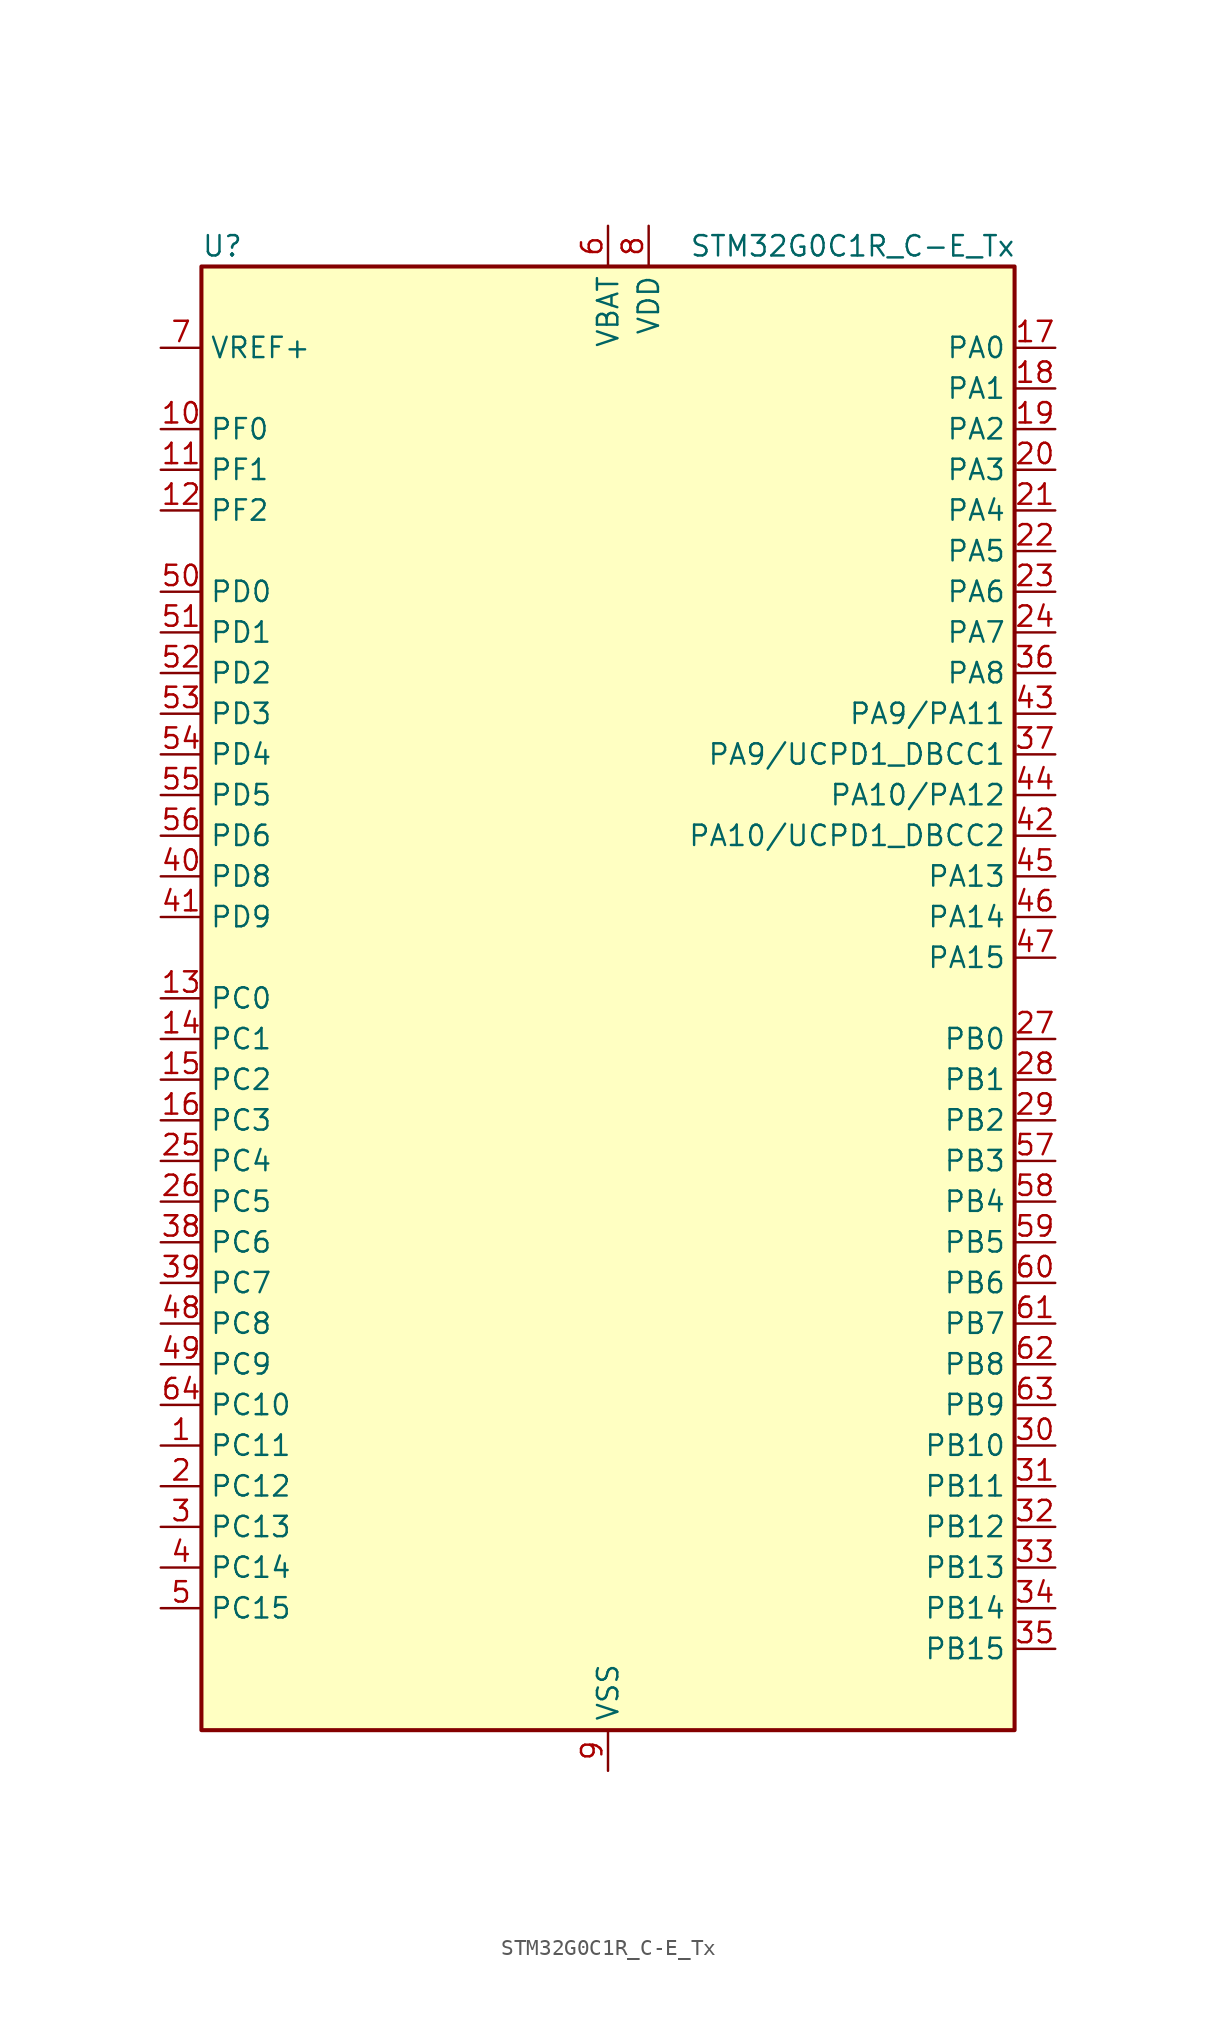
<source format=kicad_sym>
(kicad_symbol_lib
  (version 20231120)
  (generator "kicad-library-utils")
  (generator_version "8.0")
  (symbol "STM32G0C1R_C-E_Tx"
    (property "Reference" "U"
      (at -25.4 46.99 0)
      (effects (font (size 1.27 1.27)) (justify left)))
    (property "Value" "STM32G0C1R_C-E_Tx"
      (at 5.08 46.99 0)
      (effects (font (size 1.27 1.27)) (justify left)))
    (symbol "STM32G0C1R_C-E_Tx_0_1"
      (rectangle (start -25.4 -45.72) (end 25.4 45.72) (stroke (width 0.254) (type default)) (fill (type background))))
    (symbol "STM32G0C1R_C-E_Tx_1_1"
      (pin bidirectional line (at -27.94 -27.94 0) (length 2.54) (name "PC11" (effects (font (size 1.27 1.27)))) (number "1" (effects (font (size 1.27 1.27)))) (alternate "ADC1_EXTI11" bidirectional line) (alternate "SPI3_MISO" bidirectional line) (alternate "TIM1_CH4" bidirectional line) (alternate "USART3_RX" bidirectional line) (alternate "USART4_RX" bidirectional line))
      (pin bidirectional line (at -27.94 35.56 0) (length 2.54) (name "PF0" (effects (font (size 1.27 1.27)))) (number "10" (effects (font (size 1.27 1.27)))) (alternate "CRS1_SYNC" bidirectional line) (alternate "RCC_OSC_IN" bidirectional line) (alternate "TIM14_CH1" bidirectional line))
      (pin bidirectional line (at -27.94 33.02 0) (length 2.54) (name "PF1" (effects (font (size 1.27 1.27)))) (number "11" (effects (font (size 1.27 1.27)))) (alternate "RCC_OSC_EN" bidirectional line) (alternate "RCC_OSC_OUT" bidirectional line) (alternate "TIM15_CH1N" bidirectional line))
      (pin bidirectional line (at -27.94 30.48 0) (length 2.54) (name "PF2" (effects (font (size 1.27 1.27)))) (number "12" (effects (font (size 1.27 1.27)))) (alternate "LPUART2_DE" bidirectional line) (alternate "LPUART2_RTS" bidirectional line) (alternate "LPUART2_TX" bidirectional line) (alternate "RCC_MCO" bidirectional line))
      (pin bidirectional line (at -27.94 0 0) (length 2.54) (name "PC0" (effects (font (size 1.27 1.27)))) (number "13" (effects (font (size 1.27 1.27)))) (alternate "COMP3_INM" bidirectional line) (alternate "COMP3_OUT" bidirectional line) (alternate "I2C3_SCL" bidirectional line) (alternate "LPTIM1_IN1" bidirectional line) (alternate "LPTIM2_IN1" bidirectional line) (alternate "LPUART1_RX" bidirectional line) (alternate "LPUART2_TX" bidirectional line) (alternate "USART6_TX" bidirectional line))
      (pin bidirectional line (at -27.94 -2.54 0) (length 2.54) (name "PC1" (effects (font (size 1.27 1.27)))) (number "14" (effects (font (size 1.27 1.27)))) (alternate "COMP3_INP" bidirectional line) (alternate "I2C3_SDA" bidirectional line) (alternate "LPTIM1_OUT" bidirectional line) (alternate "LPUART1_TX" bidirectional line) (alternate "LPUART2_RX" bidirectional line) (alternate "TIM15_CH1" bidirectional line) (alternate "USART6_RX" bidirectional line))
      (pin bidirectional line (at -27.94 -5.08 0) (length 2.54) (name "PC2" (effects (font (size 1.27 1.27)))) (number "15" (effects (font (size 1.27 1.27)))) (alternate "COMP3_OUT" bidirectional line) (alternate "FDCAN2_RX" bidirectional line) (alternate "I2S2_MCK" bidirectional line) (alternate "LPTIM1_IN2" bidirectional line) (alternate "SPI2_MISO" bidirectional line) (alternate "TIM15_CH2" bidirectional line))
      (pin bidirectional line (at -27.94 -7.62 0) (length 2.54) (name "PC3" (effects (font (size 1.27 1.27)))) (number "16" (effects (font (size 1.27 1.27)))) (alternate "FDCAN2_TX" bidirectional line) (alternate "I2S2_SD" bidirectional line) (alternate "LPTIM1_ETR" bidirectional line) (alternate "LPTIM2_ETR" bidirectional line) (alternate "SPI2_MOSI" bidirectional line))
      (pin bidirectional line (at 27.94 40.64 180) (length 2.54) (name "PA0" (effects (font (size 1.27 1.27)))) (number "17" (effects (font (size 1.27 1.27)))) (alternate "ADC1_IN0" bidirectional line) (alternate "COMP1_INM" bidirectional line) (alternate "COMP1_OUT" bidirectional line) (alternate "I2S2_CK" bidirectional line) (alternate "LPTIM1_OUT" bidirectional line) (alternate "RTC_TAMP_IN2" bidirectional line) (alternate "SPI2_SCK" bidirectional line) (alternate "SYS_WKUP1" bidirectional line) (alternate "TIM2_CH1" bidirectional line) (alternate "TIM2_ETR" bidirectional line) (alternate "UCPD2_FRSTX1" bidirectional line) (alternate "UCPD2_FRSTX2" bidirectional line) (alternate "USART2_CTS" bidirectional line) (alternate "USART2_NSS" bidirectional line) (alternate "USART4_TX" bidirectional line))
      (pin bidirectional line (at 27.94 38.1 180) (length 2.54) (name "PA1" (effects (font (size 1.27 1.27)))) (number "18" (effects (font (size 1.27 1.27)))) (alternate "ADC1_IN1" bidirectional line) (alternate "COMP1_INP" bidirectional line) (alternate "I2C1_SMBA" bidirectional line) (alternate "I2S1_CK" bidirectional line) (alternate "SPI1_SCK" bidirectional line) (alternate "TIM15_CH1N" bidirectional line) (alternate "TIM2_CH2" bidirectional line) (alternate "USART2_CK" bidirectional line) (alternate "USART2_DE" bidirectional line) (alternate "USART2_RTS" bidirectional line) (alternate "USART4_RX" bidirectional line))
      (pin bidirectional line (at 27.94 35.56 180) (length 2.54) (name "PA2" (effects (font (size 1.27 1.27)))) (number "19" (effects (font (size 1.27 1.27)))) (alternate "ADC1_IN2" bidirectional line) (alternate "COMP2_INM" bidirectional line) (alternate "COMP2_OUT" bidirectional line) (alternate "I2S1_SD" bidirectional line) (alternate "LPUART1_TX" bidirectional line) (alternate "RCC_LSCO" bidirectional line) (alternate "SPI1_MOSI" bidirectional line) (alternate "SYS_WKUP4" bidirectional line) (alternate "TIM15_CH1" bidirectional line) (alternate "TIM2_CH3" bidirectional line) (alternate "UCPD1_FRSTX1" bidirectional line) (alternate "UCPD1_FRSTX2" bidirectional line) (alternate "USART2_TX" bidirectional line))
      (pin bidirectional line (at -27.94 -30.48 0) (length 2.54) (name "PC12" (effects (font (size 1.27 1.27)))) (number "2" (effects (font (size 1.27 1.27)))) (alternate "LPTIM1_IN1" bidirectional line) (alternate "SPI3_MOSI" bidirectional line) (alternate "TIM14_CH1" bidirectional line) (alternate "UCPD1_FRSTX1" bidirectional line) (alternate "UCPD1_FRSTX2" bidirectional line) (alternate "USART5_TX" bidirectional line))
      (pin bidirectional line (at 27.94 33.02 180) (length 2.54) (name "PA3" (effects (font (size 1.27 1.27)))) (number "20" (effects (font (size 1.27 1.27)))) (alternate "ADC1_IN3" bidirectional line) (alternate "COMP2_INP" bidirectional line) (alternate "I2S2_MCK" bidirectional line) (alternate "LPUART1_RX" bidirectional line) (alternate "SPI2_MISO" bidirectional line) (alternate "TIM15_CH2" bidirectional line) (alternate "TIM2_CH4" bidirectional line) (alternate "UCPD2_FRSTX1" bidirectional line) (alternate "UCPD2_FRSTX2" bidirectional line) (alternate "USART2_RX" bidirectional line))
      (pin bidirectional line (at 27.94 30.48 180) (length 2.54) (name "PA4" (effects (font (size 1.27 1.27)))) (number "21" (effects (font (size 1.27 1.27)))) (alternate "ADC1_IN4" bidirectional line) (alternate "DAC1_OUT1" bidirectional line) (alternate "I2S1_WS" bidirectional line) (alternate "I2S2_SD" bidirectional line) (alternate "LPTIM2_OUT" bidirectional line) (alternate "RTC_OUT2" bidirectional line) (alternate "SPI1_NSS" bidirectional line) (alternate "SPI2_MOSI" bidirectional line) (alternate "SPI3_NSS" bidirectional line) (alternate "TIM14_CH1" bidirectional line) (alternate "UCPD2_FRSTX1" bidirectional line) (alternate "UCPD2_FRSTX2" bidirectional line) (alternate "USART6_TX" bidirectional line) (alternate "USB_NOE" bidirectional line))
      (pin bidirectional line (at 27.94 27.94 180) (length 2.54) (name "PA5" (effects (font (size 1.27 1.27)))) (number "22" (effects (font (size 1.27 1.27)))) (alternate "ADC1_IN5" bidirectional line) (alternate "CEC" bidirectional line) (alternate "DAC1_OUT2" bidirectional line) (alternate "I2S1_CK" bidirectional line) (alternate "LPTIM2_ETR" bidirectional line) (alternate "SPI1_SCK" bidirectional line) (alternate "TIM2_CH1" bidirectional line) (alternate "TIM2_ETR" bidirectional line) (alternate "UCPD1_FRSTX1" bidirectional line) (alternate "UCPD1_FRSTX2" bidirectional line) (alternate "USART3_TX" bidirectional line) (alternate "USART6_RX" bidirectional line))
      (pin bidirectional line (at 27.94 25.4 180) (length 2.54) (name "PA6" (effects (font (size 1.27 1.27)))) (number "23" (effects (font (size 1.27 1.27)))) (alternate "ADC1_IN6" bidirectional line) (alternate "COMP1_OUT" bidirectional line) (alternate "I2C2_SDA" bidirectional line) (alternate "I2C3_SDA" bidirectional line) (alternate "I2S1_MCK" bidirectional line) (alternate "LPUART1_CTS" bidirectional line) (alternate "SPI1_MISO" bidirectional line) (alternate "TIM16_CH1" bidirectional line) (alternate "TIM1_BK" bidirectional line) (alternate "TIM3_CH1" bidirectional line) (alternate "USART3_CTS" bidirectional line) (alternate "USART3_NSS" bidirectional line) (alternate "USART6_CTS" bidirectional line) (alternate "USART6_NSS" bidirectional line))
      (pin bidirectional line (at 27.94 22.86 180) (length 2.54) (name "PA7" (effects (font (size 1.27 1.27)))) (number "24" (effects (font (size 1.27 1.27)))) (alternate "ADC1_IN7" bidirectional line) (alternate "COMP2_OUT" bidirectional line) (alternate "I2C2_SCL" bidirectional line) (alternate "I2C3_SCL" bidirectional line) (alternate "I2S1_SD" bidirectional line) (alternate "SPI1_MOSI" bidirectional line) (alternate "TIM14_CH1" bidirectional line) (alternate "TIM17_CH1" bidirectional line) (alternate "TIM1_CH1N" bidirectional line) (alternate "TIM3_CH2" bidirectional line) (alternate "UCPD1_FRSTX1" bidirectional line) (alternate "UCPD1_FRSTX2" bidirectional line) (alternate "USART6_CK" bidirectional line) (alternate "USART6_DE" bidirectional line) (alternate "USART6_RTS" bidirectional line))
      (pin bidirectional line (at -27.94 -10.16 0) (length 2.54) (name "PC4" (effects (font (size 1.27 1.27)))) (number "25" (effects (font (size 1.27 1.27)))) (alternate "ADC1_IN17" bidirectional line) (alternate "COMP1_INM" bidirectional line) (alternate "FDCAN1_RX" bidirectional line) (alternate "TIM2_CH1" bidirectional line) (alternate "TIM2_ETR" bidirectional line) (alternate "USART1_TX" bidirectional line) (alternate "USART3_TX" bidirectional line))
      (pin bidirectional line (at -27.94 -12.7 0) (length 2.54) (name "PC5" (effects (font (size 1.27 1.27)))) (number "26" (effects (font (size 1.27 1.27)))) (alternate "ADC1_IN18" bidirectional line) (alternate "COMP1_INP" bidirectional line) (alternate "FDCAN1_TX" bidirectional line) (alternate "SYS_WKUP5" bidirectional line) (alternate "TIM2_CH2" bidirectional line) (alternate "USART1_RX" bidirectional line) (alternate "USART3_RX" bidirectional line))
      (pin bidirectional line (at 27.94 -2.54 180) (length 2.54) (name "PB0" (effects (font (size 1.27 1.27)))) (number "27" (effects (font (size 1.27 1.27)))) (alternate "ADC1_IN8" bidirectional line) (alternate "COMP1_OUT" bidirectional line) (alternate "COMP3_INP" bidirectional line) (alternate "FDCAN2_RX" bidirectional line) (alternate "I2S1_WS" bidirectional line) (alternate "LPTIM1_OUT" bidirectional line) (alternate "LPUART2_CTS" bidirectional line) (alternate "SPI1_NSS" bidirectional line) (alternate "TIM1_CH2N" bidirectional line) (alternate "TIM3_CH3" bidirectional line) (alternate "UCPD1_FRSTX1" bidirectional line) (alternate "UCPD1_FRSTX2" bidirectional line) (alternate "USART3_RX" bidirectional line) (alternate "USART5_TX" bidirectional line))
      (pin bidirectional line (at 27.94 -5.08 180) (length 2.54) (name "PB1" (effects (font (size 1.27 1.27)))) (number "28" (effects (font (size 1.27 1.27)))) (alternate "ADC1_IN9" bidirectional line) (alternate "COMP1_INM" bidirectional line) (alternate "COMP3_OUT" bidirectional line) (alternate "FDCAN2_TX" bidirectional line) (alternate "LPTIM2_IN1" bidirectional line) (alternate "LPUART1_DE" bidirectional line) (alternate "LPUART1_RTS" bidirectional line) (alternate "LPUART2_DE" bidirectional line) (alternate "LPUART2_RTS" bidirectional line) (alternate "TIM14_CH1" bidirectional line) (alternate "TIM1_CH3N" bidirectional line) (alternate "TIM3_CH4" bidirectional line) (alternate "USART3_CK" bidirectional line) (alternate "USART3_DE" bidirectional line) (alternate "USART3_RTS" bidirectional line) (alternate "USART5_RX" bidirectional line))
      (pin bidirectional line (at 27.94 -7.62 180) (length 2.54) (name "PB2" (effects (font (size 1.27 1.27)))) (number "29" (effects (font (size 1.27 1.27)))) (alternate "ADC1_IN10" bidirectional line) (alternate "COMP1_INP" bidirectional line) (alternate "COMP3_INM" bidirectional line) (alternate "I2S2_MCK" bidirectional line) (alternate "LPTIM1_OUT" bidirectional line) (alternate "RCC_MCO_2" bidirectional line) (alternate "SPI2_MISO" bidirectional line) (alternate "USART3_TX" bidirectional line))
      (pin bidirectional line (at -27.94 -33.02 0) (length 2.54) (name "PC13" (effects (font (size 1.27 1.27)))) (number "3" (effects (font (size 1.27 1.27)))) (alternate "RTC_OUT1" bidirectional line) (alternate "RTC_TAMP_IN1" bidirectional line) (alternate "RTC_TS" bidirectional line) (alternate "SYS_WKUP2" bidirectional line) (alternate "TIM1_BK" bidirectional line))
      (pin bidirectional line (at 27.94 -27.94 180) (length 2.54) (name "PB10" (effects (font (size 1.27 1.27)))) (number "30" (effects (font (size 1.27 1.27)))) (alternate "ADC1_IN11" bidirectional line) (alternate "CEC" bidirectional line) (alternate "COMP1_OUT" bidirectional line) (alternate "I2C2_SCL" bidirectional line) (alternate "I2S2_CK" bidirectional line) (alternate "LPUART1_RX" bidirectional line) (alternate "SPI2_SCK" bidirectional line) (alternate "TIM2_CH3" bidirectional line) (alternate "USART3_TX" bidirectional line))
      (pin bidirectional line (at 27.94 -30.48 180) (length 2.54) (name "PB11" (effects (font (size 1.27 1.27)))) (number "31" (effects (font (size 1.27 1.27)))) (alternate "ADC1_EXTI11" bidirectional line) (alternate "ADC1_IN15" bidirectional line) (alternate "COMP2_OUT" bidirectional line) (alternate "I2C2_SDA" bidirectional line) (alternate "I2S2_SD" bidirectional line) (alternate "LPUART1_TX" bidirectional line) (alternate "SPI2_MOSI" bidirectional line) (alternate "TIM2_CH4" bidirectional line) (alternate "USART3_RX" bidirectional line))
      (pin bidirectional line (at 27.94 -33.02 180) (length 2.54) (name "PB12" (effects (font (size 1.27 1.27)))) (number "32" (effects (font (size 1.27 1.27)))) (alternate "ADC1_IN16" bidirectional line) (alternate "FDCAN2_RX" bidirectional line) (alternate "I2C2_SMBA" bidirectional line) (alternate "I2S2_WS" bidirectional line) (alternate "LPUART1_DE" bidirectional line) (alternate "LPUART1_RTS" bidirectional line) (alternate "SPI2_NSS" bidirectional line) (alternate "TIM15_BK" bidirectional line) (alternate "TIM1_BK" bidirectional line) (alternate "UCPD2_FRSTX1" bidirectional line) (alternate "UCPD2_FRSTX2" bidirectional line))
      (pin bidirectional line (at 27.94 -35.56 180) (length 2.54) (name "PB13" (effects (font (size 1.27 1.27)))) (number "33" (effects (font (size 1.27 1.27)))) (alternate "FDCAN2_TX" bidirectional line) (alternate "I2C2_SCL" bidirectional line) (alternate "I2S2_CK" bidirectional line) (alternate "LPUART1_CTS" bidirectional line) (alternate "SPI2_SCK" bidirectional line) (alternate "TIM15_CH1N" bidirectional line) (alternate "TIM1_CH1N" bidirectional line) (alternate "USART3_CTS" bidirectional line) (alternate "USART3_NSS" bidirectional line))
      (pin bidirectional line (at 27.94 -38.1 180) (length 2.54) (name "PB14" (effects (font (size 1.27 1.27)))) (number "34" (effects (font (size 1.27 1.27)))) (alternate "I2C2_SDA" bidirectional line) (alternate "I2S2_MCK" bidirectional line) (alternate "SPI2_MISO" bidirectional line) (alternate "TIM15_CH1" bidirectional line) (alternate "TIM1_CH2N" bidirectional line) (alternate "UCPD1_FRSTX1" bidirectional line) (alternate "UCPD1_FRSTX2" bidirectional line) (alternate "USART3_CK" bidirectional line) (alternate "USART3_DE" bidirectional line) (alternate "USART3_RTS" bidirectional line) (alternate "USART6_CK" bidirectional line) (alternate "USART6_DE" bidirectional line) (alternate "USART6_RTS" bidirectional line))
      (pin bidirectional line (at 27.94 -40.64 180) (length 2.54) (name "PB15" (effects (font (size 1.27 1.27)))) (number "35" (effects (font (size 1.27 1.27)))) (alternate "I2S2_SD" bidirectional line) (alternate "RTC_REFIN" bidirectional line) (alternate "SPI2_MOSI" bidirectional line) (alternate "TIM15_CH1N" bidirectional line) (alternate "TIM15_CH2" bidirectional line) (alternate "TIM1_CH3N" bidirectional line) (alternate "UCPD1_CC2" bidirectional line) (alternate "USART6_CTS" bidirectional line) (alternate "USART6_NSS" bidirectional line))
      (pin bidirectional line (at 27.94 20.32 180) (length 2.54) (name "PA8" (effects (font (size 1.27 1.27)))) (number "36" (effects (font (size 1.27 1.27)))) (alternate "CRS1_SYNC" bidirectional line) (alternate "I2C2_SMBA" bidirectional line) (alternate "I2S2_WS" bidirectional line) (alternate "LPTIM2_OUT" bidirectional line) (alternate "RCC_MCO" bidirectional line) (alternate "SPI2_NSS" bidirectional line) (alternate "TIM1_CH1" bidirectional line) (alternate "UCPD1_CC1" bidirectional line))
      (pin bidirectional line (at 27.94 15.24 180) (length 2.54) (name "PA9/UCPD1_DBCC1" (effects (font (size 1.27 1.27)))) (number "37" (effects (font (size 1.27 1.27)))) (alternate "PA9" bidirectional line) (alternate "DAC1_EXTI9 (PA9)" bidirectional line) (alternate "I2C1_SCL (PA9)" bidirectional line) (alternate "I2C2_SCL (PA9)" bidirectional line) (alternate "I2S2_MCK (PA9)" bidirectional line) (alternate "RCC_MCO (PA9)" bidirectional line) (alternate "SPI2_MISO (PA9)" bidirectional line) (alternate "TIM15_BK (PA9)" bidirectional line) (alternate "TIM1_CH2 (PA9)" bidirectional line) (alternate "UCPD1_DBCC1 (PA9)" bidirectional line) (alternate "USART1_TX (PA9)" bidirectional line) (alternate "UCPD1_DBCC1" bidirectional line) (alternate "UCPD1_DBCC1 (UCPD1_DBCC1)" bidirectional line))
      (pin bidirectional line (at -27.94 -15.24 0) (length 2.54) (name "PC6" (effects (font (size 1.27 1.27)))) (number "38" (effects (font (size 1.27 1.27)))) (alternate "LPUART2_TX" bidirectional line) (alternate "TIM2_CH3" bidirectional line) (alternate "TIM3_CH1" bidirectional line) (alternate "UCPD1_FRSTX1" bidirectional line) (alternate "UCPD1_FRSTX2" bidirectional line))
      (pin bidirectional line (at -27.94 -17.78 0) (length 2.54) (name "PC7" (effects (font (size 1.27 1.27)))) (number "39" (effects (font (size 1.27 1.27)))) (alternate "LPUART2_RX" bidirectional line) (alternate "TIM2_CH4" bidirectional line) (alternate "TIM3_CH2" bidirectional line) (alternate "UCPD2_FRSTX1" bidirectional line) (alternate "UCPD2_FRSTX2" bidirectional line))
      (pin bidirectional line (at -27.94 -35.56 0) (length 2.54) (name "PC14" (effects (font (size 1.27 1.27)))) (number "4" (effects (font (size 1.27 1.27)))) (alternate "RCC_OSC32_IN" bidirectional line) (alternate "TIM1_BK2" bidirectional line))
      (pin bidirectional line (at -27.94 7.62 0) (length 2.54) (name "PD8" (effects (font (size 1.27 1.27)))) (number "40" (effects (font (size 1.27 1.27)))) (alternate "I2S1_CK" bidirectional line) (alternate "LPTIM1_OUT" bidirectional line) (alternate "SPI1_SCK" bidirectional line) (alternate "USART3_TX" bidirectional line))
      (pin bidirectional line (at -27.94 5.08 0) (length 2.54) (name "PD9" (effects (font (size 1.27 1.27)))) (number "41" (effects (font (size 1.27 1.27)))) (alternate "DAC1_EXTI9" bidirectional line) (alternate "I2S1_WS" bidirectional line) (alternate "SPI1_NSS" bidirectional line) (alternate "TIM1_BK2" bidirectional line) (alternate "USART3_RX" bidirectional line))
      (pin bidirectional line (at 27.94 10.16 180) (length 2.54) (name "PA10/UCPD1_DBCC2" (effects (font (size 1.27 1.27)))) (number "42" (effects (font (size 1.27 1.27)))) (alternate "PA10" bidirectional line) (alternate "I2C1_SDA (PA10)" bidirectional line) (alternate "I2C2_SDA (PA10)" bidirectional line) (alternate "I2S2_SD (PA10)" bidirectional line) (alternate "RCC_MCO_2 (PA10)" bidirectional line) (alternate "SPI2_MOSI (PA10)" bidirectional line) (alternate "TIM17_BK (PA10)" bidirectional line) (alternate "TIM1_CH3 (PA10)" bidirectional line) (alternate "UCPD1_DBCC2 (PA10)" bidirectional line) (alternate "USART1_RX (PA10)" bidirectional line) (alternate "UCPD1_DBCC2" bidirectional line) (alternate "UCPD1_DBCC2 (UCPD1_DBCC2)" bidirectional line))
      (pin bidirectional line (at 27.94 17.78 180) (length 2.54) (name "PA9/PA11" (effects (font (size 1.27 1.27)))) (number "43" (effects (font (size 1.27 1.27)))) (alternate "PA9" bidirectional line) (alternate "DAC1_EXTI9 (PA9)" bidirectional line) (alternate "I2C1_SCL (PA9)" bidirectional line) (alternate "I2C2_SCL (PA9)" bidirectional line) (alternate "I2S2_MCK (PA9)" bidirectional line) (alternate "RCC_MCO (PA9)" bidirectional line) (alternate "SPI2_MISO (PA9)" bidirectional line) (alternate "TIM15_BK (PA9)" bidirectional line) (alternate "TIM1_CH2 (PA9)" bidirectional line) (alternate "UCPD1_DBCC1 (PA9)" bidirectional line) (alternate "USART1_TX (PA9)" bidirectional line) (alternate "PA11" bidirectional line) (alternate "ADC1_EXTI11 (PA11)" bidirectional line) (alternate "COMP1_OUT (PA11)" bidirectional line) (alternate "FDCAN1_RX (PA11)" bidirectional line) (alternate "I2C2_SCL (PA11)" bidirectional line) (alternate "I2S1_MCK (PA11)" bidirectional line) (alternate "SPI1_MISO (PA11)" bidirectional line) (alternate "TIM1_BK2 (PA11)" bidirectional line) (alternate "TIM1_CH4 (PA11)" bidirectional line) (alternate "USART1_CTS (PA11)" bidirectional line) (alternate "USART1_NSS (PA11)" bidirectional line) (alternate "USB_DM (PA11)" bidirectional line))
      (pin bidirectional line (at 27.94 12.7 180) (length 2.54) (name "PA10/PA12" (effects (font (size 1.27 1.27)))) (number "44" (effects (font (size 1.27 1.27)))) (alternate "PA10" bidirectional line) (alternate "I2C1_SDA (PA10)" bidirectional line) (alternate "I2C2_SDA (PA10)" bidirectional line) (alternate "I2S2_SD (PA10)" bidirectional line) (alternate "RCC_MCO_2 (PA10)" bidirectional line) (alternate "SPI2_MOSI (PA10)" bidirectional line) (alternate "TIM17_BK (PA10)" bidirectional line) (alternate "TIM1_CH3 (PA10)" bidirectional line) (alternate "UCPD1_DBCC2 (PA10)" bidirectional line) (alternate "USART1_RX (PA10)" bidirectional line) (alternate "PA12" bidirectional line) (alternate "COMP2_OUT (PA12)" bidirectional line) (alternate "FDCAN1_TX (PA12)" bidirectional line) (alternate "I2C2_SDA (PA12)" bidirectional line) (alternate "I2S1_SD (PA12)" bidirectional line) (alternate "I2S_CKIN (PA12)" bidirectional line) (alternate "SPI1_MOSI (PA12)" bidirectional line) (alternate "TIM1_ETR (PA12)" bidirectional line) (alternate "USART1_CK (PA12)" bidirectional line) (alternate "USART1_DE (PA12)" bidirectional line) (alternate "USART1_RTS (PA12)" bidirectional line) (alternate "USB_DP (PA12)" bidirectional line))
      (pin bidirectional line (at 27.94 7.62 180) (length 2.54) (name "PA13" (effects (font (size 1.27 1.27)))) (number "45" (effects (font (size 1.27 1.27)))) (alternate "IR_OUT" bidirectional line) (alternate "LPUART2_RX" bidirectional line) (alternate "SYS_SWDIO" bidirectional line) (alternate "USB_NOE" bidirectional line))
      (pin bidirectional line (at 27.94 5.08 180) (length 2.54) (name "PA14" (effects (font (size 1.27 1.27)))) (number "46" (effects (font (size 1.27 1.27)))) (alternate "LPUART2_TX" bidirectional line) (alternate "SYS_SWCLK" bidirectional line) (alternate "USART2_TX" bidirectional line))
      (pin bidirectional line (at 27.94 2.54 180) (length 2.54) (name "PA15" (effects (font (size 1.27 1.27)))) (number "47" (effects (font (size 1.27 1.27)))) (alternate "I2C2_SMBA" bidirectional line) (alternate "I2S1_WS" bidirectional line) (alternate "RCC_MCO_2" bidirectional line) (alternate "SPI1_NSS" bidirectional line) (alternate "SPI3_NSS" bidirectional line) (alternate "TIM2_CH1" bidirectional line) (alternate "TIM2_ETR" bidirectional line) (alternate "USART2_RX" bidirectional line) (alternate "USART3_CK" bidirectional line) (alternate "USART3_DE" bidirectional line) (alternate "USART3_RTS" bidirectional line) (alternate "USART4_CK" bidirectional line) (alternate "USART4_DE" bidirectional line) (alternate "USART4_RTS" bidirectional line) (alternate "USB_NOE" bidirectional line))
      (pin bidirectional line (at -27.94 -20.32 0) (length 2.54) (name "PC8" (effects (font (size 1.27 1.27)))) (number "48" (effects (font (size 1.27 1.27)))) (alternate "LPUART2_CTS" bidirectional line) (alternate "TIM1_CH1" bidirectional line) (alternate "TIM3_CH3" bidirectional line) (alternate "UCPD2_FRSTX1" bidirectional line) (alternate "UCPD2_FRSTX2" bidirectional line))
      (pin bidirectional line (at -27.94 -22.86 0) (length 2.54) (name "PC9" (effects (font (size 1.27 1.27)))) (number "49" (effects (font (size 1.27 1.27)))) (alternate "DAC1_EXTI9" bidirectional line) (alternate "I2S_CKIN" bidirectional line) (alternate "LPUART2_DE" bidirectional line) (alternate "LPUART2_RTS" bidirectional line) (alternate "TIM1_CH2" bidirectional line) (alternate "TIM3_CH4" bidirectional line) (alternate "USB_NOE" bidirectional line))
      (pin bidirectional line (at -27.94 -38.1 0) (length 2.54) (name "PC15" (effects (font (size 1.27 1.27)))) (number "5" (effects (font (size 1.27 1.27)))) (alternate "RCC_OSC32_EN" bidirectional line) (alternate "RCC_OSC32_OUT" bidirectional line) (alternate "RCC_OSC_EN" bidirectional line) (alternate "TIM15_BK" bidirectional line))
      (pin bidirectional line (at -27.94 25.4 0) (length 2.54) (name "PD0" (effects (font (size 1.27 1.27)))) (number "50" (effects (font (size 1.27 1.27)))) (alternate "FDCAN1_RX" bidirectional line) (alternate "I2S2_WS" bidirectional line) (alternate "SPI2_NSS" bidirectional line) (alternate "TIM16_CH1" bidirectional line) (alternate "UCPD2_CC1" bidirectional line))
      (pin bidirectional line (at -27.94 22.86 0) (length 2.54) (name "PD1" (effects (font (size 1.27 1.27)))) (number "51" (effects (font (size 1.27 1.27)))) (alternate "FDCAN1_TX" bidirectional line) (alternate "I2S2_CK" bidirectional line) (alternate "SPI2_SCK" bidirectional line) (alternate "TIM17_CH1" bidirectional line) (alternate "UCPD2_DBCC1" bidirectional line))
      (pin bidirectional line (at -27.94 20.32 0) (length 2.54) (name "PD2" (effects (font (size 1.27 1.27)))) (number "52" (effects (font (size 1.27 1.27)))) (alternate "TIM1_CH1N" bidirectional line) (alternate "TIM3_ETR" bidirectional line) (alternate "UCPD2_CC2" bidirectional line) (alternate "USART3_CK" bidirectional line) (alternate "USART3_DE" bidirectional line) (alternate "USART3_RTS" bidirectional line) (alternate "USART5_RX" bidirectional line))
      (pin bidirectional line (at -27.94 17.78 0) (length 2.54) (name "PD3" (effects (font (size 1.27 1.27)))) (number "53" (effects (font (size 1.27 1.27)))) (alternate "I2S2_MCK" bidirectional line) (alternate "SPI2_MISO" bidirectional line) (alternate "TIM1_CH2N" bidirectional line) (alternate "UCPD2_DBCC2" bidirectional line) (alternate "USART2_CTS" bidirectional line) (alternate "USART2_NSS" bidirectional line) (alternate "USART5_TX" bidirectional line))
      (pin bidirectional line (at -27.94 15.24 0) (length 2.54) (name "PD4" (effects (font (size 1.27 1.27)))) (number "54" (effects (font (size 1.27 1.27)))) (alternate "I2S2_SD" bidirectional line) (alternate "SPI2_MOSI" bidirectional line) (alternate "TIM1_CH3N" bidirectional line) (alternate "USART2_CK" bidirectional line) (alternate "USART2_DE" bidirectional line) (alternate "USART2_RTS" bidirectional line) (alternate "USART5_CK" bidirectional line) (alternate "USART5_DE" bidirectional line) (alternate "USART5_RTS" bidirectional line))
      (pin bidirectional line (at -27.94 12.7 0) (length 2.54) (name "PD5" (effects (font (size 1.27 1.27)))) (number "55" (effects (font (size 1.27 1.27)))) (alternate "I2S1_MCK" bidirectional line) (alternate "SPI1_MISO" bidirectional line) (alternate "TIM1_BK" bidirectional line) (alternate "USART2_TX" bidirectional line) (alternate "USART5_CTS" bidirectional line) (alternate "USART5_NSS" bidirectional line))
      (pin bidirectional line (at -27.94 10.16 0) (length 2.54) (name "PD6" (effects (font (size 1.27 1.27)))) (number "56" (effects (font (size 1.27 1.27)))) (alternate "I2S1_SD" bidirectional line) (alternate "LPTIM2_OUT" bidirectional line) (alternate "SPI1_MOSI" bidirectional line) (alternate "USART2_RX" bidirectional line))
      (pin bidirectional line (at 27.94 -10.16 180) (length 2.54) (name "PB3" (effects (font (size 1.27 1.27)))) (number "57" (effects (font (size 1.27 1.27)))) (alternate "COMP2_INM" bidirectional line) (alternate "I2C2_SCL" bidirectional line) (alternate "I2C3_SCL" bidirectional line) (alternate "I2S1_CK" bidirectional line) (alternate "SPI1_SCK" bidirectional line) (alternate "SPI3_SCK" bidirectional line) (alternate "TIM1_CH2" bidirectional line) (alternate "TIM2_CH2" bidirectional line) (alternate "USART1_CK" bidirectional line) (alternate "USART1_DE" bidirectional line) (alternate "USART1_RTS" bidirectional line) (alternate "USART5_TX" bidirectional line))
      (pin bidirectional line (at 27.94 -12.7 180) (length 2.54) (name "PB4" (effects (font (size 1.27 1.27)))) (number "58" (effects (font (size 1.27 1.27)))) (alternate "COMP2_INP" bidirectional line) (alternate "I2C2_SDA" bidirectional line) (alternate "I2C3_SDA" bidirectional line) (alternate "I2S1_MCK" bidirectional line) (alternate "SPI1_MISO" bidirectional line) (alternate "SPI3_MISO" bidirectional line) (alternate "TIM17_BK" bidirectional line) (alternate "TIM3_CH1" bidirectional line) (alternate "USART1_CTS" bidirectional line) (alternate "USART1_NSS" bidirectional line) (alternate "USART5_RX" bidirectional line))
      (pin bidirectional line (at 27.94 -15.24 180) (length 2.54) (name "PB5" (effects (font (size 1.27 1.27)))) (number "59" (effects (font (size 1.27 1.27)))) (alternate "COMP2_OUT" bidirectional line) (alternate "FDCAN2_RX" bidirectional line) (alternate "I2C1_SMBA" bidirectional line) (alternate "I2S1_SD" bidirectional line) (alternate "LPTIM1_IN1" bidirectional line) (alternate "SPI1_MOSI" bidirectional line) (alternate "SPI3_MOSI" bidirectional line) (alternate "SYS_WKUP6" bidirectional line) (alternate "TIM16_BK" bidirectional line) (alternate "TIM3_CH2" bidirectional line) (alternate "USART5_CK" bidirectional line) (alternate "USART5_DE" bidirectional line) (alternate "USART5_RTS" bidirectional line))
      (pin power_in line (at 0 48.26 270) (length 2.54) (name "VBAT" (effects (font (size 1.27 1.27)))) (number "6" (effects (font (size 1.27 1.27)))))
      (pin bidirectional line (at 27.94 -17.78 180) (length 2.54) (name "PB6" (effects (font (size 1.27 1.27)))) (number "60" (effects (font (size 1.27 1.27)))) (alternate "COMP2_INP" bidirectional line) (alternate "FDCAN2_TX" bidirectional line) (alternate "I2C1_SCL" bidirectional line) (alternate "I2S2_MCK" bidirectional line) (alternate "LPTIM1_ETR" bidirectional line) (alternate "LPUART2_TX" bidirectional line) (alternate "SPI2_MISO" bidirectional line) (alternate "TIM16_CH1N" bidirectional line) (alternate "TIM1_CH3" bidirectional line) (alternate "TIM4_CH1" bidirectional line) (alternate "USART1_TX" bidirectional line) (alternate "USART5_CTS" bidirectional line) (alternate "USART5_NSS" bidirectional line))
      (pin bidirectional line (at 27.94 -20.32 180) (length 2.54) (name "PB7" (effects (font (size 1.27 1.27)))) (number "61" (effects (font (size 1.27 1.27)))) (alternate "COMP2_INM" bidirectional line) (alternate "I2C1_SDA" bidirectional line) (alternate "I2S2_SD" bidirectional line) (alternate "LPTIM1_IN2" bidirectional line) (alternate "LPUART2_RX" bidirectional line) (alternate "SPI2_MOSI" bidirectional line) (alternate "SYS_PVD_IN" bidirectional line) (alternate "TIM17_CH1N" bidirectional line) (alternate "TIM4_CH2" bidirectional line) (alternate "USART1_RX" bidirectional line) (alternate "USART4_CTS" bidirectional line) (alternate "USART4_NSS" bidirectional line))
      (pin bidirectional line (at 27.94 -22.86 180) (length 2.54) (name "PB8" (effects (font (size 1.27 1.27)))) (number "62" (effects (font (size 1.27 1.27)))) (alternate "CEC" bidirectional line) (alternate "FDCAN1_RX" bidirectional line) (alternate "I2C1_SCL" bidirectional line) (alternate "I2S2_CK" bidirectional line) (alternate "SPI2_SCK" bidirectional line) (alternate "TIM15_BK" bidirectional line) (alternate "TIM16_CH1" bidirectional line) (alternate "TIM4_CH3" bidirectional line) (alternate "USART3_TX" bidirectional line) (alternate "USART6_TX" bidirectional line))
      (pin bidirectional line (at 27.94 -25.4 180) (length 2.54) (name "PB9" (effects (font (size 1.27 1.27)))) (number "63" (effects (font (size 1.27 1.27)))) (alternate "DAC1_EXTI9" bidirectional line) (alternate "FDCAN1_TX" bidirectional line) (alternate "I2C1_SDA" bidirectional line) (alternate "I2S2_WS" bidirectional line) (alternate "IR_OUT" bidirectional line) (alternate "SPI2_NSS" bidirectional line) (alternate "TIM17_CH1" bidirectional line) (alternate "TIM4_CH4" bidirectional line) (alternate "UCPD2_FRSTX1" bidirectional line) (alternate "UCPD2_FRSTX2" bidirectional line) (alternate "USART3_RX" bidirectional line) (alternate "USART6_RX" bidirectional line))
      (pin bidirectional line (at -27.94 -25.4 0) (length 2.54) (name "PC10" (effects (font (size 1.27 1.27)))) (number "64" (effects (font (size 1.27 1.27)))) (alternate "SPI3_SCK" bidirectional line) (alternate "TIM1_CH3" bidirectional line) (alternate "USART3_TX" bidirectional line) (alternate "USART4_TX" bidirectional line))
      (pin input line (at -27.94 40.64 0) (length 2.54) (name "VREF+" (effects (font (size 1.27 1.27)))) (number "7" (effects (font (size 1.27 1.27)))) (alternate "VREFBUF_OUT" bidirectional line))
      (pin power_in line (at 2.54 48.26 270) (length 2.54) (name "VDD" (effects (font (size 1.27 1.27)))) (number "8" (effects (font (size 1.27 1.27)))))
      (pin power_in line (at 0 -48.26 90) (length 2.54) (name "VSS" (effects (font (size 1.27 1.27)))) (number "9" (effects (font (size 1.27 1.27))))))))
</source>
